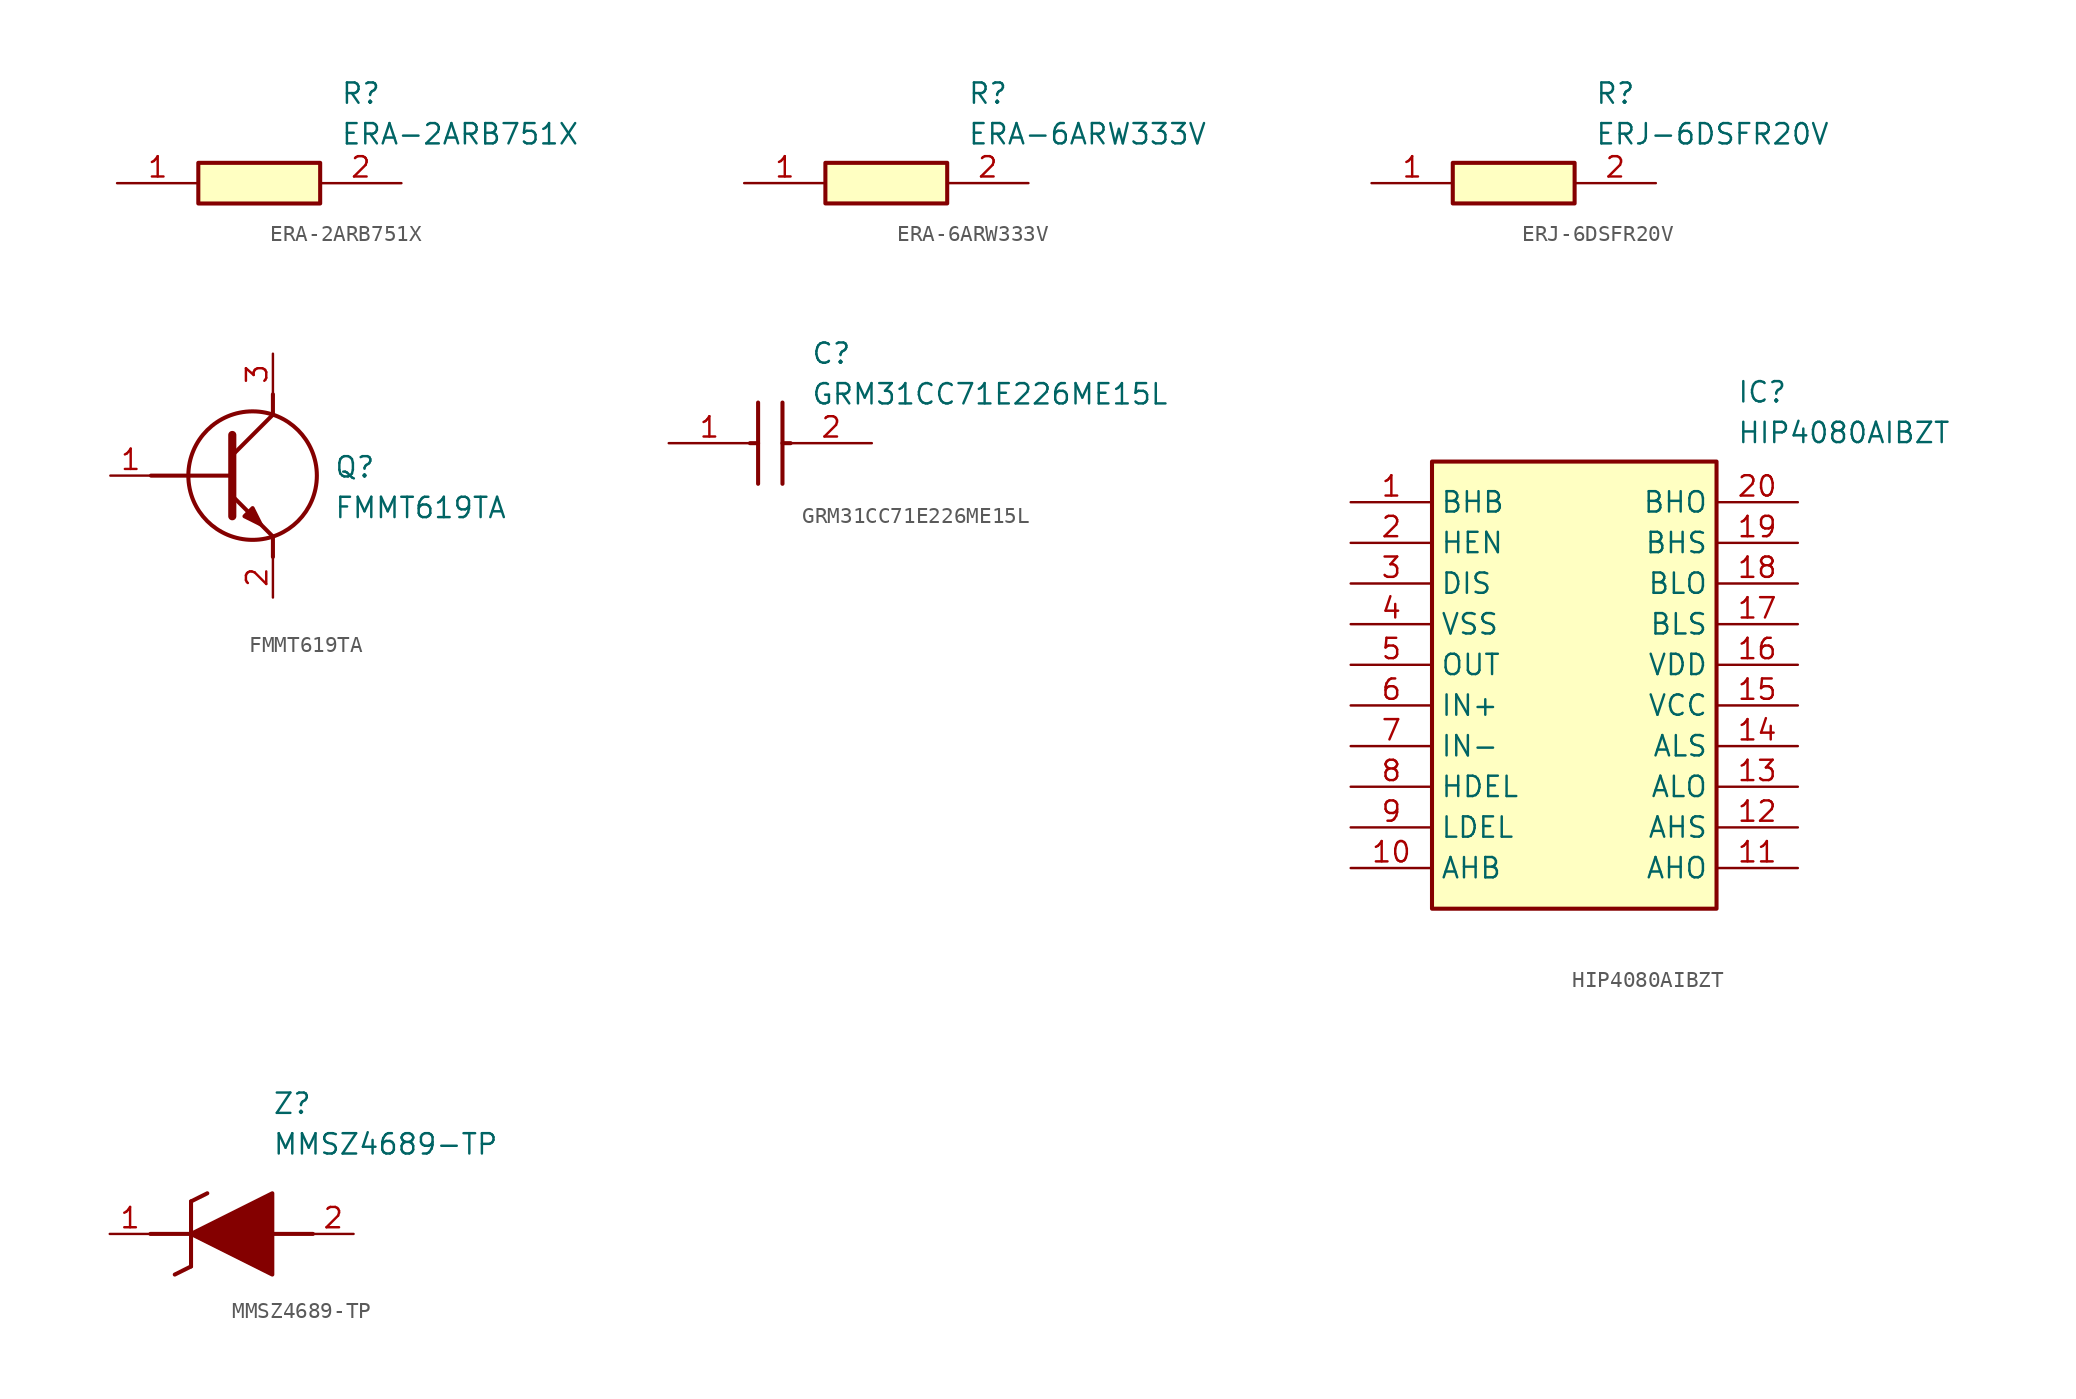
<source format=kicad_sym>
(kicad_symbol_lib
  (version 20241209)
  (generator "kicad_symbol_editor")
  (generator_version "9.0")
  (symbol "ERA-2ARB751X"
    (pin_names
      (hide yes))
    (property "Reference" "R"
      (at 13.97 6.35 0)
      (effects (font (size 1.27 1.27)) (justify left top)))
    (property "Value" "ERA-2ARB751X"
      (at 13.97 3.81 0)
      (effects (font (size 1.27 1.27)) (justify left top)))
    (symbol "ERA-2ARB751X_1_1"
      (rectangle (start 5.08 1.27) (end 12.7 -1.27) (stroke (width 0.254) (type default)) (fill (type background)))
      (pin passive line (at 0 0 0) (length 5.08) (name "1" (effects (font (size 1.27 1.27)))) (number "1" (effects (font (size 1.27 1.27)))))
      (pin passive line (at 17.78 0 180) (length 5.08) (name "2" (effects (font (size 1.27 1.27)))) (number "2" (effects (font (size 1.27 1.27)))))))
  (symbol "ERA-6ARW333V"
    (pin_names
      (hide yes))
    (property "Reference" "R"
      (at 13.97 6.35 0)
      (effects (font (size 1.27 1.27)) (justify left top)))
    (property "Value" "ERA-6ARW333V"
      (at 13.97 3.81 0)
      (effects (font (size 1.27 1.27)) (justify left top)))
    (symbol "ERA-6ARW333V_1_1"
      (rectangle (start 5.08 1.27) (end 12.7 -1.27) (stroke (width 0.254) (type default)) (fill (type background)))
      (pin passive line (at 0 0 0) (length 5.08) (name "1" (effects (font (size 1.27 1.27)))) (number "1" (effects (font (size 1.27 1.27)))))
      (pin passive line (at 17.78 0 180) (length 5.08) (name "2" (effects (font (size 1.27 1.27)))) (number "2" (effects (font (size 1.27 1.27)))))))
  (symbol "ERJ-6DSFR20V"
    (pin_names
      (hide yes))
    (property "Reference" "R"
      (at 13.97 6.35 0)
      (effects (font (size 1.27 1.27)) (justify left top)))
    (property "Value" "ERJ-6DSFR20V"
      (at 13.97 3.81 0)
      (effects (font (size 1.27 1.27)) (justify left top)))
    (symbol "ERJ-6DSFR20V_1_1"
      (rectangle (start 5.08 1.27) (end 12.7 -1.27) (stroke (width 0.254) (type default)) (fill (type background)))
      (pin passive line (at 0 0 0) (length 5.08) (name "1" (effects (font (size 1.27 1.27)))) (number "1" (effects (font (size 1.27 1.27)))))
      (pin passive line (at 17.78 0 180) (length 5.08) (name "2" (effects (font (size 1.27 1.27)))) (number "2" (effects (font (size 1.27 1.27)))))))
  (symbol "FMMT619TA"
    (pin_names
      (hide yes))
    (property "Reference" "Q"
      (at 13.97 1.27 0)
      (effects (font (size 1.27 1.27)) (justify left top)))
    (property "Value" "FMMT619TA"
      (at 13.97 -1.27 0)
      (effects (font (size 1.27 1.27)) (justify left top)))
    (symbol "FMMT619TA_1_1"
      (polyline (pts (xy 2.54 0) (xy 7.62 0)) (stroke (width 0.254) (type default)) (fill (type none)))
      (polyline (pts (xy 7.62 2.54) (xy 7.62 -2.54)) (stroke (width 0.508) (type default)) (fill (type none)))
      (polyline (pts (xy 7.62 1.27) (xy 10.16 3.81)) (stroke (width 0.254) (type default)) (fill (type none)))
      (polyline (pts (xy 7.62 -1.27) (xy 10.16 -3.81)) (stroke (width 0.254) (type default)) (fill (type none)))
      (polyline (pts (xy 8.382 -2.54) (xy 8.89 -2.032) (xy 9.398 -3.048) (xy 8.382 -2.54)) (stroke (width 0.254) (type default)) (fill (type outline)))
      (circle (center 8.89 0) (radius 4.016) (stroke (width 0.254) (type default)) (fill (type none)))
      (polyline (pts (xy 10.16 3.81) (xy 10.16 5.08)) (stroke (width 0.254) (type default)) (fill (type none)))
      (polyline (pts (xy 10.16 -3.81) (xy 10.16 -5.08)) (stroke (width 0.254) (type default)) (fill (type none)))
      (pin passive line (at 0 0 0) (length 2.54) (name "B" (effects (font (size 1.27 1.27)))) (number "1" (effects (font (size 1.27 1.27)))))
      (pin passive line (at 10.16 7.62 270) (length 2.54) (name "C" (effects (font (size 1.27 1.27)))) (number "3" (effects (font (size 1.27 1.27)))))
      (pin passive line (at 10.16 -7.62 90) (length 2.54) (name "E" (effects (font (size 1.27 1.27)))) (number "2" (effects (font (size 1.27 1.27)))))))
  (symbol "GRM31CC71E226ME15L"
    (pin_names
      (hide yes))
    (property "Reference" "C"
      (at 8.89 6.35 0)
      (effects (font (size 1.27 1.27)) (justify left top)))
    (property "Value" "GRM31CC71E226ME15L"
      (at 8.89 3.81 0)
      (effects (font (size 1.27 1.27)) (justify left top)))
    (symbol "GRM31CC71E226ME15L_1_1"
      (polyline (pts (xy 5.08 0) (xy 5.588 0)) (stroke (width 0.254) (type default)) (fill (type none)))
      (polyline (pts (xy 5.588 2.54) (xy 5.588 -2.54)) (stroke (width 0.254) (type default)) (fill (type none)))
      (polyline (pts (xy 7.112 2.54) (xy 7.112 -2.54)) (stroke (width 0.254) (type default)) (fill (type none)))
      (polyline (pts (xy 7.112 0) (xy 7.62 0)) (stroke (width 0.254) (type default)) (fill (type none)))
      (pin passive line (at 0 0 0) (length 5.08) (name "1" (effects (font (size 1.27 1.27)))) (number "1" (effects (font (size 1.27 1.27)))))
      (pin passive line (at 12.7 0 180) (length 5.08) (name "2" (effects (font (size 1.27 1.27)))) (number "2" (effects (font (size 1.27 1.27)))))))
  (symbol "HIP4080AIBZT"
    (property "Reference" "IC"
      (at 24.13 7.62 0)
      (effects (font (size 1.27 1.27)) (justify left top)))
    (property "Value" "HIP4080AIBZT"
      (at 24.13 5.08 0)
      (effects (font (size 1.27 1.27)) (justify left top)))
    (symbol "HIP4080AIBZT_1_1"
      (rectangle (start 5.08 2.54) (end 22.86 -25.4) (stroke (width 0.254) (type default)) (fill (type background)))
      (pin passive line (at 0 0 0) (length 5.08) (name "BHB" (effects (font (size 1.27 1.27)))) (number "1" (effects (font (size 1.27 1.27)))))
      (pin passive line (at 0 -2.54 0) (length 5.08) (name "HEN" (effects (font (size 1.27 1.27)))) (number "2" (effects (font (size 1.27 1.27)))))
      (pin passive line (at 0 -5.08 0) (length 5.08) (name "DIS" (effects (font (size 1.27 1.27)))) (number "3" (effects (font (size 1.27 1.27)))))
      (pin passive line (at 0 -7.62 0) (length 5.08) (name "VSS" (effects (font (size 1.27 1.27)))) (number "4" (effects (font (size 1.27 1.27)))))
      (pin passive line (at 0 -10.16 0) (length 5.08) (name "OUT" (effects (font (size 1.27 1.27)))) (number "5" (effects (font (size 1.27 1.27)))))
      (pin passive line (at 0 -12.7 0) (length 5.08) (name "IN+" (effects (font (size 1.27 1.27)))) (number "6" (effects (font (size 1.27 1.27)))))
      (pin passive line (at 0 -15.24 0) (length 5.08) (name "IN-" (effects (font (size 1.27 1.27)))) (number "7" (effects (font (size 1.27 1.27)))))
      (pin passive line (at 0 -17.78 0) (length 5.08) (name "HDEL" (effects (font (size 1.27 1.27)))) (number "8" (effects (font (size 1.27 1.27)))))
      (pin passive line (at 0 -20.32 0) (length 5.08) (name "LDEL" (effects (font (size 1.27 1.27)))) (number "9" (effects (font (size 1.27 1.27)))))
      (pin passive line (at 0 -22.86 0) (length 5.08) (name "AHB" (effects (font (size 1.27 1.27)))) (number "10" (effects (font (size 1.27 1.27)))))
      (pin passive line (at 27.94 0 180) (length 5.08) (name "BHO" (effects (font (size 1.27 1.27)))) (number "20" (effects (font (size 1.27 1.27)))))
      (pin passive line (at 27.94 -2.54 180) (length 5.08) (name "BHS" (effects (font (size 1.27 1.27)))) (number "19" (effects (font (size 1.27 1.27)))))
      (pin passive line (at 27.94 -5.08 180) (length 5.08) (name "BLO" (effects (font (size 1.27 1.27)))) (number "18" (effects (font (size 1.27 1.27)))))
      (pin passive line (at 27.94 -7.62 180) (length 5.08) (name "BLS" (effects (font (size 1.27 1.27)))) (number "17" (effects (font (size 1.27 1.27)))))
      (pin passive line (at 27.94 -10.16 180) (length 5.08) (name "VDD" (effects (font (size 1.27 1.27)))) (number "16" (effects (font (size 1.27 1.27)))))
      (pin passive line (at 27.94 -12.7 180) (length 5.08) (name "VCC" (effects (font (size 1.27 1.27)))) (number "15" (effects (font (size 1.27 1.27)))))
      (pin passive line (at 27.94 -15.24 180) (length 5.08) (name "ALS" (effects (font (size 1.27 1.27)))) (number "14" (effects (font (size 1.27 1.27)))))
      (pin passive line (at 27.94 -17.78 180) (length 5.08) (name "ALO" (effects (font (size 1.27 1.27)))) (number "13" (effects (font (size 1.27 1.27)))))
      (pin passive line (at 27.94 -20.32 180) (length 5.08) (name "AHS" (effects (font (size 1.27 1.27)))) (number "12" (effects (font (size 1.27 1.27)))))
      (pin passive line (at 27.94 -22.86 180) (length 5.08) (name "AHO" (effects (font (size 1.27 1.27)))) (number "11" (effects (font (size 1.27 1.27)))))))
  (symbol "MMSZ4689-TP"
    (pin_names
      (hide yes))
    (property "Reference" "Z"
      (at 10.16 8.89 0)
      (effects (font (size 1.27 1.27)) (justify left top)))
    (property "Value" "MMSZ4689-TP"
      (at 10.16 6.35 0)
      (effects (font (size 1.27 1.27)) (justify left top)))
    (symbol "MMSZ4689-TP_1_1"
      (polyline (pts (xy 2.54 0) (xy 5.08 0)) (stroke (width 0.254) (type default)) (fill (type none)))
      (polyline (pts (xy 4.064 -2.54) (xy 5.08 -2.032)) (stroke (width 0.254) (type default)) (fill (type none)))
      (polyline (pts (xy 5.08 2.032) (xy 5.08 -2.032)) (stroke (width 0.254) (type default)) (fill (type none)))
      (polyline (pts (xy 5.08 2.032) (xy 6.096 2.54)) (stroke (width 0.254) (type default)) (fill (type none)))
      (polyline (pts (xy 5.08 0) (xy 10.16 2.54) (xy 10.16 -2.54) (xy 5.08 0)) (stroke (width 0.254) (type default)) (fill (type outline)))
      (polyline (pts (xy 12.7 0) (xy 10.16 0)) (stroke (width 0.254) (type default)) (fill (type none)))
      (pin passive line (at 0 0 0) (length 2.54) (name "K" (effects (font (size 1.27 1.27)))) (number "1" (effects (font (size 1.27 1.27)))))
      (pin passive line (at 15.24 0 180) (length 2.54) (name "A" (effects (font (size 1.27 1.27)))) (number "2" (effects (font (size 1.27 1.27))))))))
</source>
